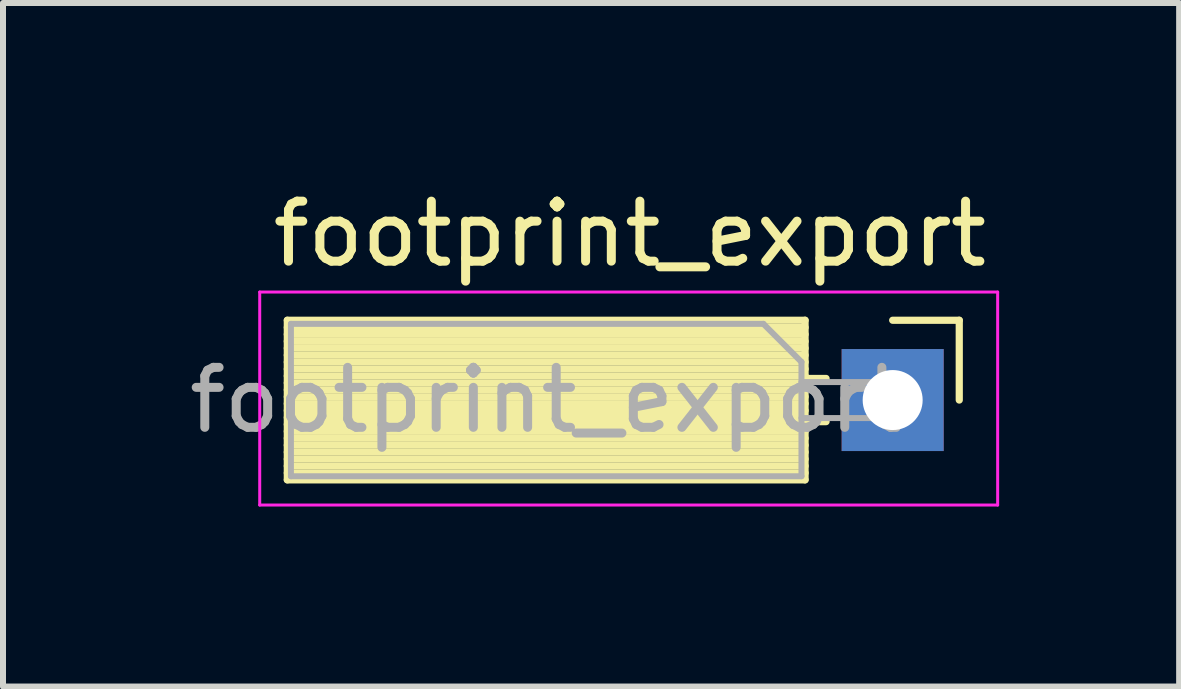
<source format=kicad_pcb>
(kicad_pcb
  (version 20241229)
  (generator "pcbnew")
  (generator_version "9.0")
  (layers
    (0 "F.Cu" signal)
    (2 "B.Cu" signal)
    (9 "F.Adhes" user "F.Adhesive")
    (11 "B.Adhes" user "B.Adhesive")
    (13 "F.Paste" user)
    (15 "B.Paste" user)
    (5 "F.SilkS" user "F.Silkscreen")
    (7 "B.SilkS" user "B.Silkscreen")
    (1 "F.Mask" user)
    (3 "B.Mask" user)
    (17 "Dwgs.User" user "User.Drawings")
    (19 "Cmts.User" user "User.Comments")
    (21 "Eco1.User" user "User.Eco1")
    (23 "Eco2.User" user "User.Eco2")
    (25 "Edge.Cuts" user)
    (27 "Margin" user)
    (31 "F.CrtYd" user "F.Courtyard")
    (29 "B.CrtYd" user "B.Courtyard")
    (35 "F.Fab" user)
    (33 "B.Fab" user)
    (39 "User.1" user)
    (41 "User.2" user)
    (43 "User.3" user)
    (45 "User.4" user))
  (footprint "footprint_export"
    (layer "F.Cu")
    (at 11.829 3.618)
    (property "Reference" "footprint_export" (at -4.38 -2.77 0) (layer "F.SilkS") (effects (font (size 1 1) (thickness 0.15))))
    (attr through_hole)
    (fp_line (start -10.09 -1.33) (end -10.09 1.33) (stroke (width 0.12) (type solid)) (layer "F.SilkS"))
    (fp_line (start -10.09 -1.33) (end -1.46 -1.33) (stroke (width 0.12) (type solid)) (layer "F.SilkS"))
    (fp_line (start -10.09 -1.21) (end -1.46 -1.21) (stroke (width 0.12) (type solid)) (layer "F.SilkS"))
    (fp_line (start -10.09 -1.095) (end -1.46 -1.095) (stroke (width 0.12) (type solid)) (layer "F.SilkS"))
    (fp_line (start -10.09 -0.979) (end -1.46 -0.979) (stroke (width 0.12) (type solid)) (layer "F.SilkS"))
    (fp_line (start -10.09 -0.864) (end -1.46 -0.864) (stroke (width 0.12) (type solid)) (layer "F.SilkS"))
    (fp_line (start -10.09 -0.748) (end -1.46 -0.748) (stroke (width 0.12) (type solid)) (layer "F.SilkS"))
    (fp_line (start -10.09 -0.633) (end -1.46 -0.633) (stroke (width 0.12) (type solid)) (layer "F.SilkS"))
    (fp_line (start -10.09 -0.517) (end -1.46 -0.517) (stroke (width 0.12) (type solid)) (layer "F.SilkS"))
    (fp_line (start -10.09 -0.402) (end -1.46 -0.402) (stroke (width 0.12) (type solid)) (layer "F.SilkS"))
    (fp_line (start -10.09 -0.286) (end -1.46 -0.286) (stroke (width 0.12) (type solid)) (layer "F.SilkS"))
    (fp_line (start -10.09 -0.171) (end -1.46 -0.171) (stroke (width 0.12) (type solid)) (layer "F.SilkS"))
    (fp_line (start -10.09 -0.055) (end -1.46 -0.055) (stroke (width 0.12) (type solid)) (layer "F.SilkS"))
    (fp_line (start -10.09 0.06) (end -1.46 0.06) (stroke (width 0.12) (type solid)) (layer "F.SilkS"))
    (fp_line (start -10.09 0.175) (end -1.46 0.175) (stroke (width 0.12) (type solid)) (layer "F.SilkS"))
    (fp_line (start -10.09 0.291) (end -1.46 0.291) (stroke (width 0.12) (type solid)) (layer "F.SilkS"))
    (fp_line (start -10.09 0.406) (end -1.46 0.406) (stroke (width 0.12) (type solid)) (layer "F.SilkS"))
    (fp_line (start -10.09 0.522) (end -1.46 0.522) (stroke (width 0.12) (type solid)) (layer "F.SilkS"))
    (fp_line (start -10.09 0.637) (end -1.46 0.637) (stroke (width 0.12) (type solid)) (layer "F.SilkS"))
    (fp_line (start -10.09 0.753) (end -1.46 0.753) (stroke (width 0.12) (type solid)) (layer "F.SilkS"))
    (fp_line (start -10.09 0.868) (end -1.46 0.868) (stroke (width 0.12) (type solid)) (layer "F.SilkS"))
    (fp_line (start -10.09 0.984) (end -1.46 0.984) (stroke (width 0.12) (type solid)) (layer "F.SilkS"))
    (fp_line (start -10.09 1.099) (end -1.46 1.099) (stroke (width 0.12) (type solid)) (layer "F.SilkS"))
    (fp_line (start -10.09 1.215) (end -1.46 1.215) (stroke (width 0.12) (type solid)) (layer "F.SilkS"))
    (fp_line (start -10.09 1.33) (end -1.46 1.33) (stroke (width 0.12) (type solid)) (layer "F.SilkS"))
    (fp_line (start -1.46 -1.33) (end -1.46 1.33) (stroke (width 0.12) (type solid)) (layer "F.SilkS"))
    (fp_line (start -1.46 -0.36) (end -1.11 -0.36) (stroke (width 0.12) (type solid)) (layer "F.SilkS"))
    (fp_line (start -1.46 0.36) (end -1.11 0.36) (stroke (width 0.12) (type solid)) (layer "F.SilkS"))
    (fp_line (start 0 -1.33) (end 1.11 -1.33) (stroke (width 0.12) (type solid)) (layer "F.SilkS"))
    (fp_line (start 1.11 -1.33) (end 1.11 0) (stroke (width 0.12) (type solid)) (layer "F.SilkS"))
    (fp_line (start -10.55 -1.8) (end -10.55 1.75) (stroke (width 0.05) (type solid)) (layer "F.CrtYd"))
    (fp_line (start -10.55 1.75) (end 1.75 1.75) (stroke (width 0.05) (type solid)) (layer "F.CrtYd"))
    (fp_line (start 1.75 -1.8) (end -10.55 -1.8) (stroke (width 0.05) (type solid)) (layer "F.CrtYd"))
    (fp_line (start 1.75 1.75) (end 1.75 -1.8) (stroke (width 0.05) (type solid)) (layer "F.CrtYd"))
    (fp_line (start -10.03 -1.27) (end -2.155 -1.27) (stroke (width 0.1) (type solid)) (layer "F.Fab"))
    (fp_line (start -10.03 1.27) (end -10.03 -1.27) (stroke (width 0.1) (type solid)) (layer "F.Fab"))
    (fp_line (start -2.155 -1.27) (end -1.52 -0.635) (stroke (width 0.1) (type solid)) (layer "F.Fab"))
    (fp_line (start -1.52 -0.635) (end -1.52 1.27) (stroke (width 0.1) (type solid)) (layer "F.Fab"))
    (fp_line (start -1.52 0.3) (end 0 0.3) (stroke (width 0.1) (type solid)) (layer "F.Fab"))
    (fp_line (start -1.52 1.27) (end -10.03 1.27) (stroke (width 0.1) (type solid)) (layer "F.Fab"))
    (fp_line (start 0 -0.3) (end -1.52 -0.3) (stroke (width 0.1) (type solid)) (layer "F.Fab"))
    (fp_line (start 0 0.3) (end 0 -0.3) (stroke (width 0.1) (type solid)) (layer "F.Fab"))
    (fp_text user "${REFERENCE}" (at -5.775 0 0) (layer "F.Fab") (effects (font (size 1 1) (thickness 0.15))))
    (pad "1" thru_hole rect (at 0 0) (size 1.7 1.7) (drill 1) (layers "*.Cu" "*.Mask")))
  (gr_rect
    (start -3 -3)
    (end 16.604 8.393)
    (stroke (width 0.1) (type default))
    (fill no)
    (layer "Edge.Cuts")))
</source>
